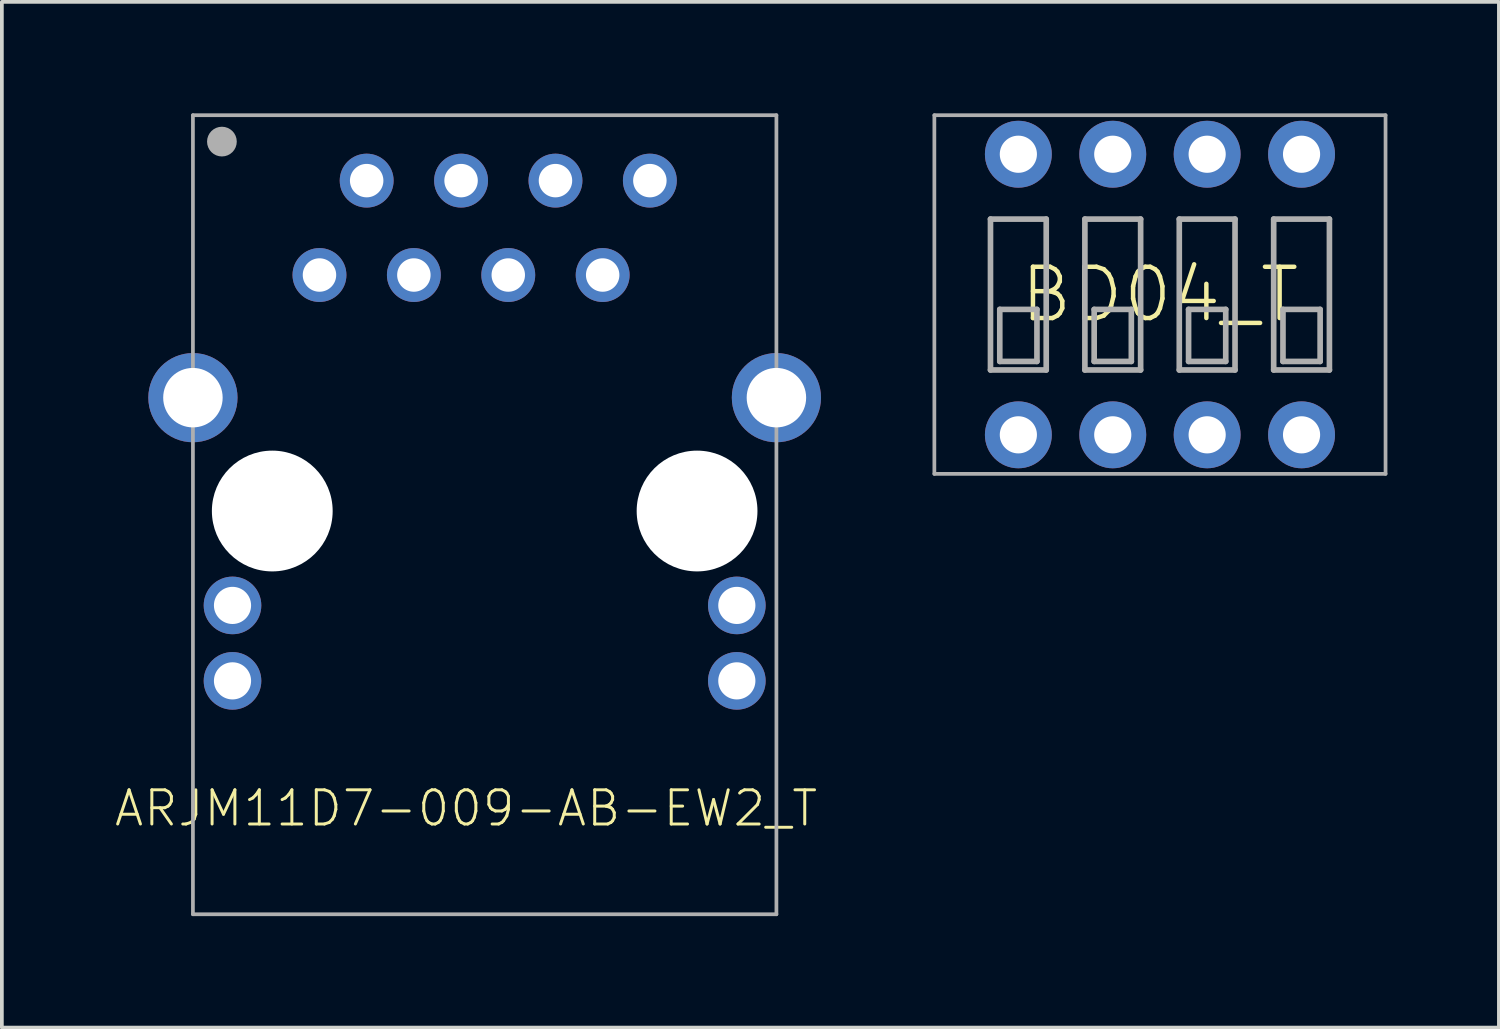
<source format=kicad_pcb>
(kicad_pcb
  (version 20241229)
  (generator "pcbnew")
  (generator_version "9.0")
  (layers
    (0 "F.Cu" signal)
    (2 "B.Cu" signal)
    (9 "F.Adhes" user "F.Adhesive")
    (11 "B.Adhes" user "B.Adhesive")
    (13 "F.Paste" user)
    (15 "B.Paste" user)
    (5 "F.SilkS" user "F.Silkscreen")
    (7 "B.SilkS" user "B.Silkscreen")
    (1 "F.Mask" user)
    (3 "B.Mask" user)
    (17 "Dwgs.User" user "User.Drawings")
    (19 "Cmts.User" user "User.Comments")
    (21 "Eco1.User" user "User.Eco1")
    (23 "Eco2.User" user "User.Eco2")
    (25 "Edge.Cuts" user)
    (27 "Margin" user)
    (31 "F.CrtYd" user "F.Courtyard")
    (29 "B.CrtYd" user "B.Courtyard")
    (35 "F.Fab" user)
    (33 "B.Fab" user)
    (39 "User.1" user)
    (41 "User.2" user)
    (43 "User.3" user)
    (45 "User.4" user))
  (footprint "BD04_T"
    (layer "F.Cu")
    (at 28.161 4.875)
    (property "Reference" "BD04_T" (at 0 0 0) (unlocked yes) (layer "F.SilkS") (effects (font (size 1.38 1.38) (thickness 0.12))))
    (fp_line (start -6.07 -4.825) (end -6.07 4.825) (stroke (width 0.1) (type solid)) (layer "F.Fab"))
    (fp_line (start -6.07 -4.825) (end 6.07 -4.825) (stroke (width 0.1) (type solid)) (layer "F.Fab"))
    (fp_line (start -6.07 4.825) (end 6.07 4.825) (stroke (width 0.1) (type solid)) (layer "F.Fab"))
    (fp_line (start -4.56 -2.03) (end -3.06 -2.03) (stroke (width 0.152) (type solid)) (layer "F.Fab"))
    (fp_line (start -4.56 2.03) (end -4.56 -2.03) (stroke (width 0.152) (type solid)) (layer "F.Fab"))
    (fp_line (start -4.31 0.4) (end -4.31 1.8) (stroke (width 0.152) (type solid)) (layer "F.Fab"))
    (fp_line (start -4.31 1.8) (end -3.31 1.8) (stroke (width 0.152) (type solid)) (layer "F.Fab"))
    (fp_line (start -3.31 0.4) (end -4.31 0.4) (stroke (width 0.152) (type solid)) (layer "F.Fab"))
    (fp_line (start -3.31 1.8) (end -3.31 0.4) (stroke (width 0.152) (type solid)) (layer "F.Fab"))
    (fp_line (start -3.06 -2.03) (end -3.06 2.03) (stroke (width 0.152) (type solid)) (layer "F.Fab"))
    (fp_line (start -3.06 2.03) (end -4.56 2.03) (stroke (width 0.152) (type solid)) (layer "F.Fab"))
    (fp_line (start -2.02 -2.03) (end -0.52 -2.03) (stroke (width 0.152) (type solid)) (layer "F.Fab"))
    (fp_line (start -2.02 2.03) (end -2.02 -2.03) (stroke (width 0.152) (type solid)) (layer "F.Fab"))
    (fp_line (start -1.77 0.4) (end -1.77 1.8) (stroke (width 0.152) (type solid)) (layer "F.Fab"))
    (fp_line (start -1.77 1.8) (end -0.77 1.8) (stroke (width 0.152) (type solid)) (layer "F.Fab"))
    (fp_line (start -0.77 0.4) (end -1.77 0.4) (stroke (width 0.152) (type solid)) (layer "F.Fab"))
    (fp_line (start -0.77 1.8) (end -0.77 0.4) (stroke (width 0.152) (type solid)) (layer "F.Fab"))
    (fp_line (start -0.52 -2.03) (end -0.52 2.03) (stroke (width 0.152) (type solid)) (layer "F.Fab"))
    (fp_line (start -0.52 2.03) (end -2.02 2.03) (stroke (width 0.152) (type solid)) (layer "F.Fab"))
    (fp_line (start 0.52 -2.03) (end 2.02 -2.03) (stroke (width 0.152) (type solid)) (layer "F.Fab"))
    (fp_line (start 0.52 2.03) (end 0.52 -2.03) (stroke (width 0.152) (type solid)) (layer "F.Fab"))
    (fp_line (start 0.77 0.4) (end 0.77 1.8) (stroke (width 0.152) (type solid)) (layer "F.Fab"))
    (fp_line (start 0.77 1.8) (end 1.77 1.8) (stroke (width 0.152) (type solid)) (layer "F.Fab"))
    (fp_line (start 1.77 0.4) (end 0.77 0.4) (stroke (width 0.152) (type solid)) (layer "F.Fab"))
    (fp_line (start 1.77 1.8) (end 1.77 0.4) (stroke (width 0.152) (type solid)) (layer "F.Fab"))
    (fp_line (start 2.02 -2.03) (end 2.02 2.03) (stroke (width 0.152) (type solid)) (layer "F.Fab"))
    (fp_line (start 2.02 2.03) (end 0.52 2.03) (stroke (width 0.152) (type solid)) (layer "F.Fab"))
    (fp_line (start 3.06 -2.03) (end 4.56 -2.03) (stroke (width 0.152) (type solid)) (layer "F.Fab"))
    (fp_line (start 3.06 2.03) (end 3.06 -2.03) (stroke (width 0.152) (type solid)) (layer "F.Fab"))
    (fp_line (start 3.31 0.4) (end 3.31 1.8) (stroke (width 0.152) (type solid)) (layer "F.Fab"))
    (fp_line (start 3.31 1.8) (end 4.31 1.8) (stroke (width 0.152) (type solid)) (layer "F.Fab"))
    (fp_line (start 4.31 0.4) (end 3.31 0.4) (stroke (width 0.152) (type solid)) (layer "F.Fab"))
    (fp_line (start 4.31 1.8) (end 4.31 0.4) (stroke (width 0.152) (type solid)) (layer "F.Fab"))
    (fp_line (start 4.56 -2.03) (end 4.56 2.03) (stroke (width 0.152) (type solid)) (layer "F.Fab"))
    (fp_line (start 4.56 2.03) (end 3.06 2.03) (stroke (width 0.152) (type solid)) (layer "F.Fab"))
    (fp_line (start 6.07 -4.825) (end 6.07 4.825) (stroke (width 0.1) (type solid)) (layer "F.Fab"))
    (pad "1A" thru_hole circle (at -3.81 -3.775) (size 1.8 1.8) (drill 1) (layers "*.Cu" "*.Mask"))
    (pad "1B" thru_hole circle (at -3.81 3.775) (size 1.8 1.8) (drill 1) (layers "*.Cu" "*.Mask"))
    (pad "2A" thru_hole circle (at -1.27 -3.775) (size 1.8 1.8) (drill 1) (layers "*.Cu" "*.Mask"))
    (pad "2B" thru_hole circle (at -1.27 3.775) (size 1.8 1.8) (drill 1) (layers "*.Cu" "*.Mask"))
    (pad "3A" thru_hole circle (at 1.27 -3.775) (size 1.8 1.8) (drill 1) (layers "*.Cu" "*.Mask"))
    (pad "3B" thru_hole circle (at 1.27 3.775) (size 1.8 1.8) (drill 1) (layers "*.Cu" "*.Mask"))
    (pad "4A" thru_hole circle (at 3.81 -3.775) (size 1.8 1.8) (drill 1) (layers "*.Cu" "*.Mask"))
    (pad "4B" thru_hole circle (at 3.81 3.775) (size 1.8 1.8) (drill 1) (layers "*.Cu" "*.Mask")))
  (footprint "ARJM11D7-009-AB-EW2_T"
    (layer "F.Cu")
    (at 9.991 10.7)
    (property "Reference" "ARJM11D7-009-AB-EW2_T" (at -0.5 8 0) (unlocked yes) (layer "F.SilkS") (effects (font (size 0.92 0.92) (thickness 0.08))))
    (fp_line (start -7.85 -10.65) (end 7.85 -10.65) (stroke (width 0.1) (type solid)) (layer "F.Fab"))
    (fp_line (start -7.85 10.85) (end -7.85 -10.65) (stroke (width 0.1) (type solid)) (layer "F.Fab"))
    (fp_line (start 7.85 -10.65) (end 7.85 10.85) (stroke (width 0.1) (type solid)) (layer "F.Fab"))
    (fp_line (start 7.85 10.85) (end -7.85 10.85) (stroke (width 0.1) (type solid)) (layer "F.Fab"))
    (fp_circle (center -7.07 -9.94) (end -6.87 -9.94) (stroke (width 0.4) (type solid)) (fill no) (layer "F.Fab"))
    (pad "" np_thru_hole circle (at -5.715 0) (size 3.25 3.25) (drill 3.25) (layers "*.Cu" "*.Mask"))
    (pad "" np_thru_hole circle (at 5.715 0) (size 3.25 3.25) (drill 3.25) (layers "*.Cu" "*.Mask"))
    (pad "1" thru_hole circle (at 4.445 -8.89) (size 1.45 1.45) (drill 0.9) (layers "*.Cu" "*.Mask"))
    (pad "2" thru_hole circle (at 3.175 -6.35) (size 1.45 1.45) (drill 0.9) (layers "*.Cu" "*.Mask"))
    (pad "3" thru_hole circle (at 1.905 -8.89) (size 1.45 1.45) (drill 0.9) (layers "*.Cu" "*.Mask"))
    (pad "4" thru_hole circle (at 0.635 -6.35) (size 1.45 1.45) (drill 0.9) (layers "*.Cu" "*.Mask"))
    (pad "5" thru_hole circle (at -0.635 -8.89) (size 1.45 1.45) (drill 0.9) (layers "*.Cu" "*.Mask"))
    (pad "6" thru_hole circle (at -1.905 -6.35) (size 1.45 1.45) (drill 0.9) (layers "*.Cu" "*.Mask"))
    (pad "7" thru_hole circle (at -3.175 -8.89) (size 1.45 1.45) (drill 0.9) (layers "*.Cu" "*.Mask"))
    (pad "8" thru_hole circle (at -4.445 -6.35) (size 1.45 1.45) (drill 0.9) (layers "*.Cu" "*.Mask"))
    (pad "9" thru_hole circle (at -6.785 2.54) (size 1.55 1.55) (drill 1) (layers "*.Cu" "*.Mask"))
    (pad "10" thru_hole circle (at -6.785 4.57) (size 1.55 1.55) (drill 1) (layers "*.Cu" "*.Mask"))
    (pad "11" thru_hole circle (at 6.785 2.54) (size 1.55 1.55) (drill 1) (layers "*.Cu" "*.Mask"))
    (pad "12" thru_hole circle (at 6.785 4.57) (size 1.55 1.55) (drill 1) (layers "*.Cu" "*.Mask"))
    (pad "S1" thru_hole circle (at -7.85 -3.05) (size 2.4 2.4) (drill 1.6) (layers "*.Cu" "*.Mask"))
    (pad "S2" thru_hole circle (at 7.85 -3.05) (size 2.4 2.4) (drill 1.6) (layers "*.Cu" "*.Mask")))
  (gr_rect
    (start -3 -3)
    (end 37.281 24.6)
    (stroke (width 0.1) (type default))
    (fill no)
    (layer "Edge.Cuts")))
</source>
